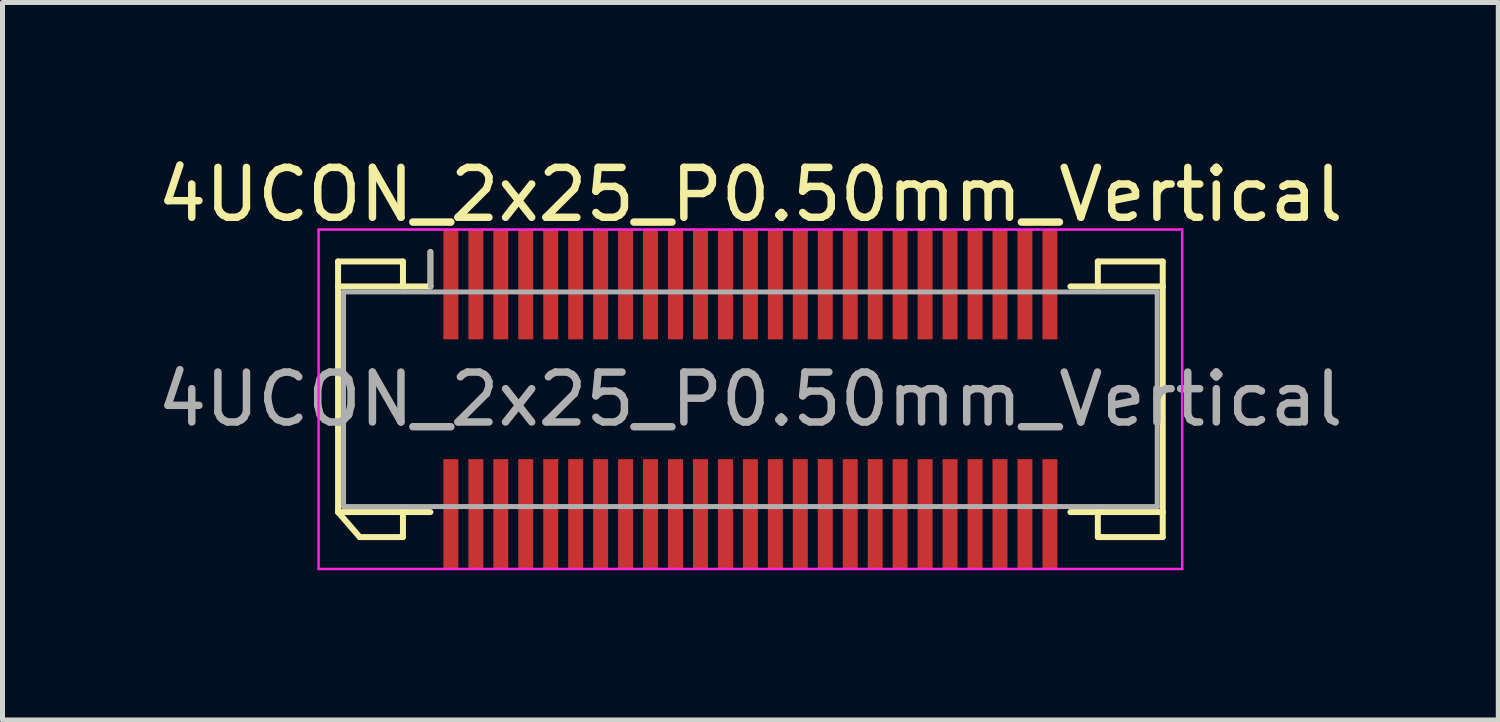
<source format=kicad_pcb>
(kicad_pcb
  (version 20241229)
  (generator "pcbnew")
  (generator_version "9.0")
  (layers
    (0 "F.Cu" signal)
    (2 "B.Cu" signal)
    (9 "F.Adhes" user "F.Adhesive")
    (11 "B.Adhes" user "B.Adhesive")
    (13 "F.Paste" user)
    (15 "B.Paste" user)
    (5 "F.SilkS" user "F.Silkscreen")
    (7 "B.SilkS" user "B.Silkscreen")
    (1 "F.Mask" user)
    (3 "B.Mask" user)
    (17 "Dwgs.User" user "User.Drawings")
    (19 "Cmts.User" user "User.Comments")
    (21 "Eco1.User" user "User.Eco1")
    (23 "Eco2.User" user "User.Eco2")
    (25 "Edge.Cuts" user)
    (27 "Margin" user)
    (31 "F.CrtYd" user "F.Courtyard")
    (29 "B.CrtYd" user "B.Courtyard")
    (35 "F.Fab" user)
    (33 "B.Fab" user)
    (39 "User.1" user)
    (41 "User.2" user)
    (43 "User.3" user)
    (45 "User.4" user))
  (footprint "4UCON_2x25_P0.50mm_Vertical"
    (layer "F.Cu")
    (at 11.982 4.948)
    (property "Reference" "4UCON_2x25_P0.50mm_Vertical" (at 0 -4.1 0) (layer "F.SilkS") (effects (font (size 1 1) (thickness 0.15))))
    (attr smd)
    (fp_line (start -8.26 -2.76) (end -6.96 -2.76) (stroke (width 0.12) (type solid)) (layer "F.SilkS"))
    (fp_line (start -8.26 -2.26) (end -8.26 -2.76) (stroke (width 0.12) (type solid)) (layer "F.SilkS"))
    (fp_line (start -8.26 -2.26) (end -6.41 -2.26) (stroke (width 0.12) (type solid)) (layer "F.SilkS"))
    (fp_line (start -8.26 2.26) (end -8.26 -2.26) (stroke (width 0.12) (type solid)) (layer "F.SilkS"))
    (fp_line (start -8.26 2.26) (end -7.827 2.76) (stroke (width 0.12) (type solid)) (layer "F.SilkS"))
    (fp_line (start -7.827 2.76) (end -6.96 2.76) (stroke (width 0.12) (type solid)) (layer "F.SilkS"))
    (fp_line (start -6.96 -2.76) (end -6.96 -2.26) (stroke (width 0.12) (type solid)) (layer "F.SilkS"))
    (fp_line (start -6.96 2.76) (end -6.96 2.26) (stroke (width 0.12) (type solid)) (layer "F.SilkS"))
    (fp_line (start -6.41 -2.26) (end -6.41 -2.95) (stroke (width 0.12) (type solid)) (layer "F.SilkS"))
    (fp_line (start -6.41 2.26) (end -8.26 2.26) (stroke (width 0.12) (type solid)) (layer "F.SilkS"))
    (fp_line (start 6.41 2.26) (end 8.26 2.26) (stroke (width 0.12) (type solid)) (layer "F.SilkS"))
    (fp_line (start 6.96 -2.76) (end 6.96 -2.26) (stroke (width 0.12) (type solid)) (layer "F.SilkS"))
    (fp_line (start 6.96 2.76) (end 6.96 2.26) (stroke (width 0.12) (type solid)) (layer "F.SilkS"))
    (fp_line (start 8.26 -2.76) (end 6.96 -2.76) (stroke (width 0.12) (type solid)) (layer "F.SilkS"))
    (fp_line (start 8.26 -2.26) (end 6.41 -2.26) (stroke (width 0.12) (type solid)) (layer "F.SilkS"))
    (fp_line (start 8.26 -2.26) (end 8.26 -2.76) (stroke (width 0.12) (type solid)) (layer "F.SilkS"))
    (fp_line (start 8.26 2.26) (end 8.26 -2.26) (stroke (width 0.12) (type solid)) (layer "F.SilkS"))
    (fp_line (start 8.26 2.26) (end 8.26 2.76) (stroke (width 0.12) (type solid)) (layer "F.SilkS"))
    (fp_line (start 8.26 2.76) (end 6.96 2.76) (stroke (width 0.12) (type solid)) (layer "F.SilkS"))
    (fp_line (start -8.65 -3.4) (end -8.65 3.4) (stroke (width 0.05) (type solid)) (layer "F.CrtYd"))
    (fp_line (start -8.65 3.4) (end 8.65 3.4) (stroke (width 0.05) (type solid)) (layer "F.CrtYd"))
    (fp_line (start 8.65 -3.4) (end -8.65 -3.4) (stroke (width 0.05) (type solid)) (layer "F.CrtYd"))
    (fp_line (start 8.65 3.4) (end 8.65 -3.4) (stroke (width 0.05) (type solid)) (layer "F.CrtYd"))
    (fp_line (start -8.15 -2.15) (end -8.15 2.15) (stroke (width 0.1) (type solid)) (layer "F.Fab"))
    (fp_line (start -8.15 2.15) (end 8.15 2.15) (stroke (width 0.1) (type solid)) (layer "F.Fab"))
    (fp_line (start -6.41 -2.26) (end -6.41 -2.95) (stroke (width 0.1) (type solid)) (layer "F.Fab"))
    (fp_line (start 8.15 -2.15) (end -8.15 -2.15) (stroke (width 0.1) (type solid)) (layer "F.Fab"))
    (fp_line (start 8.15 2.15) (end 8.15 -2.15) (stroke (width 0.1) (type solid)) (layer "F.Fab"))
    (fp_text user "${REFERENCE}" (at 0 0 0) (layer "F.Fab") (effects (font (size 1 1) (thickness 0.15))))
    (pad "1" smd rect (at -6 2.3) (size 0.3 2.2) (layers "F.Cu" "F.Mask" "F.Paste"))
    (pad "2" smd rect (at -5.5 2.3) (size 0.3 2.2) (layers "F.Cu" "F.Mask" "F.Paste"))
    (pad "3" smd rect (at -5 2.3) (size 0.3 2.2) (layers "F.Cu" "F.Mask" "F.Paste"))
    (pad "4" smd rect (at -4.5 2.3) (size 0.3 2.2) (layers "F.Cu" "F.Mask" "F.Paste"))
    (pad "5" smd rect (at -4 2.3) (size 0.3 2.2) (layers "F.Cu" "F.Mask" "F.Paste"))
    (pad "6" smd rect (at -3.5 2.3) (size 0.3 2.2) (layers "F.Cu" "F.Mask" "F.Paste"))
    (pad "7" smd rect (at -3 2.3) (size 0.3 2.2) (layers "F.Cu" "F.Mask" "F.Paste"))
    (pad "8" smd rect (at -2.5 2.3) (size 0.3 2.2) (layers "F.Cu" "F.Mask" "F.Paste"))
    (pad "9" smd rect (at -2 2.3) (size 0.3 2.2) (layers "F.Cu" "F.Mask" "F.Paste"))
    (pad "10" smd rect (at -1.5 2.3) (size 0.3 2.2) (layers "F.Cu" "F.Mask" "F.Paste"))
    (pad "11" smd rect (at -1 2.3) (size 0.3 2.2) (layers "F.Cu" "F.Mask" "F.Paste"))
    (pad "12" smd rect (at -0.5 2.3) (size 0.3 2.2) (layers "F.Cu" "F.Mask" "F.Paste"))
    (pad "13" smd rect (at 0 2.3) (size 0.3 2.2) (layers "F.Cu" "F.Mask" "F.Paste"))
    (pad "14" smd rect (at 0.5 2.3) (size 0.3 2.2) (layers "F.Cu" "F.Mask" "F.Paste"))
    (pad "15" smd rect (at 1 2.3) (size 0.3 2.2) (layers "F.Cu" "F.Mask" "F.Paste"))
    (pad "16" smd rect (at 1.5 2.3) (size 0.3 2.2) (layers "F.Cu" "F.Mask" "F.Paste"))
    (pad "17" smd rect (at 2 2.3) (size 0.3 2.2) (layers "F.Cu" "F.Mask" "F.Paste"))
    (pad "18" smd rect (at 2.5 2.3) (size 0.3 2.2) (layers "F.Cu" "F.Mask" "F.Paste"))
    (pad "19" smd rect (at 3 2.3) (size 0.3 2.2) (layers "F.Cu" "F.Mask" "F.Paste"))
    (pad "20" smd rect (at 3.5 2.3) (size 0.3 2.2) (layers "F.Cu" "F.Mask" "F.Paste"))
    (pad "21" smd rect (at 4 2.3) (size 0.3 2.2) (layers "F.Cu" "F.Mask" "F.Paste"))
    (pad "22" smd rect (at 4.5 2.3) (size 0.3 2.2) (layers "F.Cu" "F.Mask" "F.Paste"))
    (pad "23" smd rect (at 5 2.3) (size 0.3 2.2) (layers "F.Cu" "F.Mask" "F.Paste"))
    (pad "24" smd rect (at 5.5 2.3) (size 0.3 2.2) (layers "F.Cu" "F.Mask" "F.Paste"))
    (pad "25" smd rect (at 6 2.3) (size 0.3 2.2) (layers "F.Cu" "F.Mask" "F.Paste"))
    (pad "26" smd rect (at 6 -2.3) (size 0.3 2.2) (layers "F.Cu" "F.Mask" "F.Paste"))
    (pad "27" smd rect (at 5.5 -2.3) (size 0.3 2.2) (layers "F.Cu" "F.Mask" "F.Paste"))
    (pad "28" smd rect (at 5 -2.3) (size 0.3 2.2) (layers "F.Cu" "F.Mask" "F.Paste"))
    (pad "29" smd rect (at 4.5 -2.3) (size 0.3 2.2) (layers "F.Cu" "F.Mask" "F.Paste"))
    (pad "30" smd rect (at 4 -2.3) (size 0.3 2.2) (layers "F.Cu" "F.Mask" "F.Paste"))
    (pad "31" smd rect (at 3.5 -2.3) (size 0.3 2.2) (layers "F.Cu" "F.Mask" "F.Paste"))
    (pad "32" smd rect (at 3 -2.3) (size 0.3 2.2) (layers "F.Cu" "F.Mask" "F.Paste"))
    (pad "33" smd rect (at 2.5 -2.3) (size 0.3 2.2) (layers "F.Cu" "F.Mask" "F.Paste"))
    (pad "34" smd rect (at 2 -2.3) (size 0.3 2.2) (layers "F.Cu" "F.Mask" "F.Paste"))
    (pad "35" smd rect (at 1.5 -2.3) (size 0.3 2.2) (layers "F.Cu" "F.Mask" "F.Paste"))
    (pad "36" smd rect (at 1 -2.3) (size 0.3 2.2) (layers "F.Cu" "F.Mask" "F.Paste"))
    (pad "37" smd rect (at 0.5 -2.3) (size 0.3 2.2) (layers "F.Cu" "F.Mask" "F.Paste"))
    (pad "38" smd rect (at 0 -2.3) (size 0.3 2.2) (layers "F.Cu" "F.Mask" "F.Paste"))
    (pad "39" smd rect (at -0.5 -2.3) (size 0.3 2.2) (layers "F.Cu" "F.Mask" "F.Paste"))
    (pad "40" smd rect (at -1 -2.3) (size 0.3 2.2) (layers "F.Cu" "F.Mask" "F.Paste"))
    (pad "41" smd rect (at -1.5 -2.3) (size 0.3 2.2) (layers "F.Cu" "F.Mask" "F.Paste"))
    (pad "42" smd rect (at -2 -2.3) (size 0.3 2.2) (layers "F.Cu" "F.Mask" "F.Paste"))
    (pad "43" smd rect (at -2.5 -2.3) (size 0.3 2.2) (layers "F.Cu" "F.Mask" "F.Paste"))
    (pad "44" smd rect (at -3 -2.3) (size 0.3 2.2) (layers "F.Cu" "F.Mask" "F.Paste"))
    (pad "45" smd rect (at -3.5 -2.3) (size 0.3 2.2) (layers "F.Cu" "F.Mask" "F.Paste"))
    (pad "46" smd rect (at -4 -2.3) (size 0.3 2.2) (layers "F.Cu" "F.Mask" "F.Paste"))
    (pad "47" smd rect (at -4.5 -2.3) (size 0.3 2.2) (layers "F.Cu" "F.Mask" "F.Paste"))
    (pad "48" smd rect (at -5 -2.3) (size 0.3 2.2) (layers "F.Cu" "F.Mask" "F.Paste"))
    (pad "49" smd rect (at -5.5 -2.3) (size 0.3 2.2) (layers "F.Cu" "F.Mask" "F.Paste"))
    (pad "50" smd rect (at -6 -2.3) (size 0.3 2.2) (layers "F.Cu" "F.Mask" "F.Paste")))
  (gr_rect
    (start -3 -3)
    (end 26.964 11.373)
    (stroke (width 0.1) (type default))
    (fill no)
    (layer "Edge.Cuts")))
</source>
